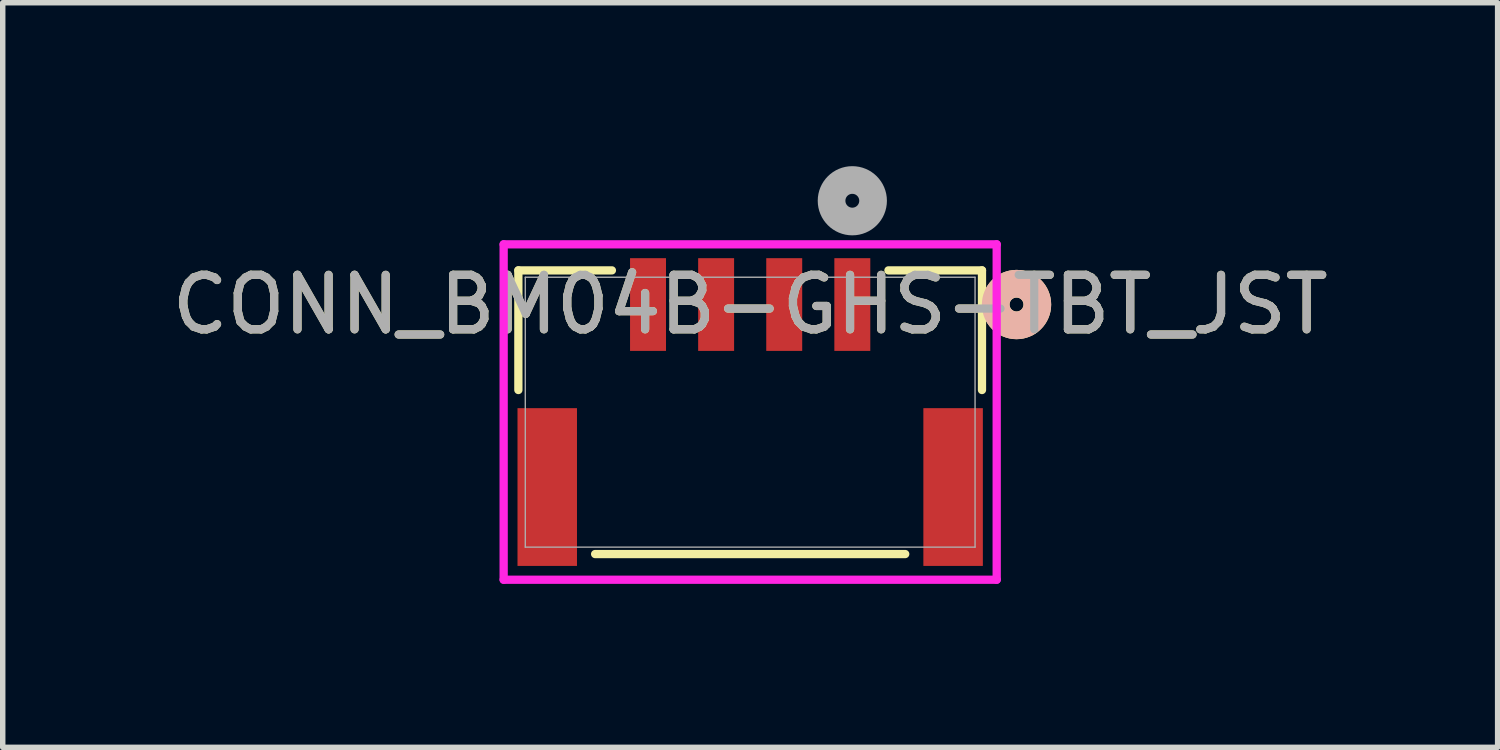
<source format=kicad_pcb>
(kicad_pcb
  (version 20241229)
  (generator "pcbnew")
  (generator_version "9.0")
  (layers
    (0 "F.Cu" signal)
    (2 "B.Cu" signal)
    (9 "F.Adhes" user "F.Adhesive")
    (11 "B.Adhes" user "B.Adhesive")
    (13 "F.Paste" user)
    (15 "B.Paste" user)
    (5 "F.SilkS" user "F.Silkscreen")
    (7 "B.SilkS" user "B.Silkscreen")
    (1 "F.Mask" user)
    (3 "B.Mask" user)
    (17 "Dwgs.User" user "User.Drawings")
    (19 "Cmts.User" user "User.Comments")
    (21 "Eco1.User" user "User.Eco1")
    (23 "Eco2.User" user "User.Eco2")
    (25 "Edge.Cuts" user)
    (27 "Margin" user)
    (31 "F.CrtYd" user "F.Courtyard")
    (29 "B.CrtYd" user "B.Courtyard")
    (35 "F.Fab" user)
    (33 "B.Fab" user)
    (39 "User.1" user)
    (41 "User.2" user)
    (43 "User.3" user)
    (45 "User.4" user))
  (footprint "CONN_BM04B-GHS-TBT_JST"
    (layer "F.Cu")
    (at 10.72 4.516)
    (property "Reference" "CONN_BM04B-GHS-TBT_JST" (at 0 -1.976 0) (unlocked yes) (layer "F.SilkS") (effects (font (size 1 1) (thickness 0.15))))
    (attr smd)
    (fp_line (start -4.255 -2.603) (end -4.255 -0.407) (stroke (width 0.152) (type solid)) (layer "F.SilkS"))
    (fp_line (start -2.846 2.604) (end 2.846 2.604) (stroke (width 0.152) (type solid)) (layer "F.SilkS"))
    (fp_line (start -2.538 -2.603) (end -4.255 -2.603) (stroke (width 0.152) (type solid)) (layer "F.SilkS"))
    (fp_line (start 4.255 -2.603) (end 2.538 -2.603) (stroke (width 0.152) (type solid)) (layer "F.SilkS"))
    (fp_line (start 4.255 -0.407) (end 4.255 -2.603) (stroke (width 0.152) (type solid)) (layer "F.SilkS"))
    (fp_circle (center 4.889 -1.976) (end 5.271 -1.976) (stroke (width 0.508) (type solid)) (fill no) (layer "F.SilkS"))
    (fp_circle (center 4.889 -1.976) (end 5.271 -1.976) (stroke (width 0.508) (type solid)) (fill no) (layer "B.SilkS"))
    (fp_line (start -4.525 -3.081) (end -4.525 3.075) (stroke (width 0.152) (type solid)) (layer "F.CrtYd"))
    (fp_line (start -4.525 3.075) (end 4.525 3.075) (stroke (width 0.152) (type solid)) (layer "F.CrtYd"))
    (fp_line (start 4.525 -3.081) (end -4.525 -3.081) (stroke (width 0.152) (type solid)) (layer "F.CrtYd"))
    (fp_line (start 4.525 3.075) (end 4.525 -3.081) (stroke (width 0.152) (type solid)) (layer "F.CrtYd"))
    (fp_line (start -4.128 -2.477) (end -4.128 2.477) (stroke (width 0.025) (type solid)) (layer "F.Fab"))
    (fp_line (start -4.128 2.477) (end 4.128 2.477) (stroke (width 0.025) (type solid)) (layer "F.Fab"))
    (fp_line (start 4.128 -2.477) (end -4.128 -2.477) (stroke (width 0.025) (type solid)) (layer "F.Fab"))
    (fp_line (start 4.128 2.477) (end 4.128 -2.477) (stroke (width 0.025) (type solid)) (layer "F.Fab"))
    (fp_circle (center 1.875 -3.881) (end 2.256 -3.881) (stroke (width 0.508) (type solid)) (fill no) (layer "F.Fab"))
    (fp_text user "${REFERENCE}" (at 0 -1.976 0) (unlocked yes) (layer "F.Fab") (effects (font (size 1 1) (thickness 0.15))))
    (pad "1" smd rect (at 1.875 -1.976) (size 0.66 1.702) (layers "F.Cu" "F.Mask" "F.Paste"))
    (pad "2" smd rect (at 0.625 -1.976) (size 0.66 1.702) (layers "F.Cu" "F.Mask" "F.Paste"))
    (pad "3" smd rect (at -0.625 -1.976) (size 0.66 1.702) (layers "F.Cu" "F.Mask" "F.Paste"))
    (pad "4" smd rect (at -1.875 -1.976) (size 0.66 1.702) (layers "F.Cu" "F.Mask" "F.Paste"))
    (pad "5" smd rect (at -3.725 1.374) (size 1.092 2.896) (layers "F.Cu" "F.Mask" "F.Paste"))
    (pad "6" smd rect (at 3.725 1.374) (size 1.092 2.896) (layers "F.Cu" "F.Mask" "F.Paste")))
  (gr_rect
    (start -3 -3)
    (end 24.44 10.668)
    (stroke (width 0.1) (type default))
    (fill no)
    (layer "Edge.Cuts")))
</source>
